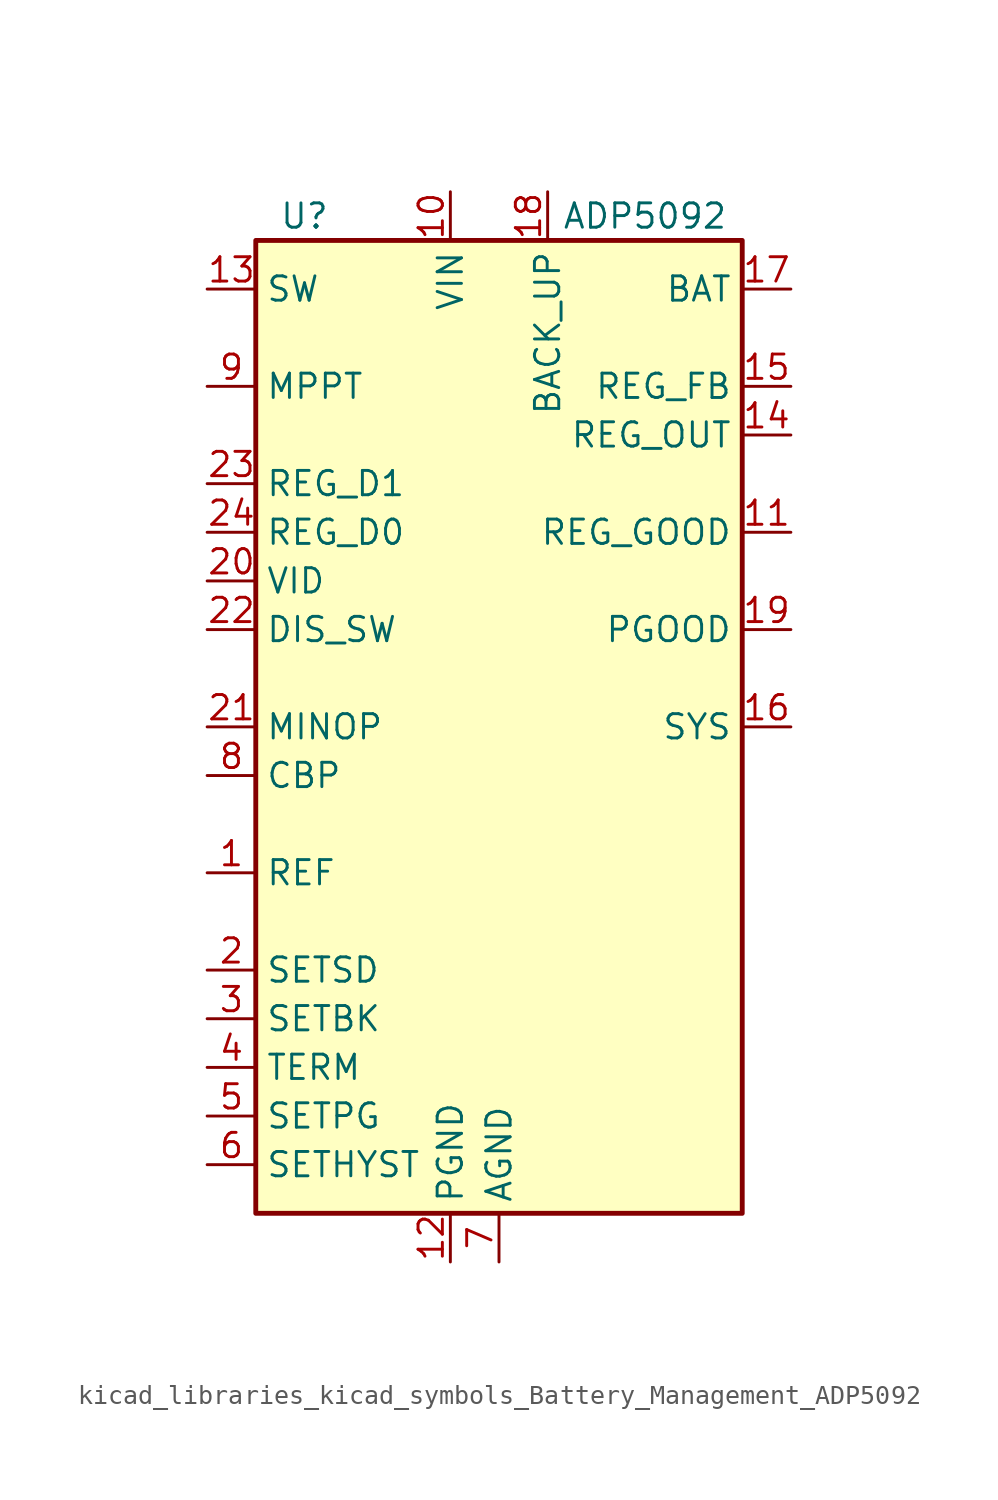
<source format=kicad_sym>
(kicad_symbol_lib
  (version 20220914)
  (generator kicad_symbol_editor)
  (symbol "kicad_libraries_kicad_symbols_Battery_Management_ADP5092"
    (property "Reference" "U"
      (at -10.16 26.67 0)
      (effects (font (size 1.27 1.27))))
    (property "Value" "ADP5092"
      (at 7.62 26.67 0)
      (effects (font (size 1.27 1.27))))
    (symbol "kicad_libraries_kicad_symbols_Battery_Management_ADP5092_0_1"
      (rectangle (start 12.7 25.4) (end -12.7 -25.4) (stroke (width 0.254) (type default)) (fill (type background))))
    (symbol "kicad_libraries_kicad_symbols_Battery_Management_ADP5092_1_1"
      (pin passive line (at -15.24 -7.62 0) (length 2.54) (name "REF" (effects (font (size 1.27 1.27)))) (number "1" (effects (font (size 1.27 1.27)))))
      (pin power_in line (at -2.54 27.94 270) (length 2.54) (name "VIN" (effects (font (size 1.27 1.27)))) (number "10" (effects (font (size 1.27 1.27)))))
      (pin output line (at 15.24 10.16 180) (length 2.54) (name "REG_GOOD" (effects (font (size 1.27 1.27)))) (number "11" (effects (font (size 1.27 1.27)))))
      (pin power_in line (at -2.54 -27.94 90) (length 2.54) (name "PGND" (effects (font (size 1.27 1.27)))) (number "12" (effects (font (size 1.27 1.27)))))
      (pin power_in line (at -15.24 22.86 0) (length 2.54) (name "SW" (effects (font (size 1.27 1.27)))) (number "13" (effects (font (size 1.27 1.27)))))
      (pin power_out line (at 15.24 15.24 180) (length 2.54) (name "REG_OUT" (effects (font (size 1.27 1.27)))) (number "14" (effects (font (size 1.27 1.27)))))
      (pin power_out line (at 15.24 17.78 180) (length 2.54) (name "REG_FB" (effects (font (size 1.27 1.27)))) (number "15" (effects (font (size 1.27 1.27)))))
      (pin power_out line (at 15.24 0 180) (length 2.54) (name "SYS" (effects (font (size 1.27 1.27)))) (number "16" (effects (font (size 1.27 1.27)))))
      (pin power_out line (at 15.24 22.86 180) (length 2.54) (name "BAT" (effects (font (size 1.27 1.27)))) (number "17" (effects (font (size 1.27 1.27)))))
      (pin power_in line (at 2.54 27.94 270) (length 2.54) (name "BACK_UP" (effects (font (size 1.27 1.27)))) (number "18" (effects (font (size 1.27 1.27)))))
      (pin output line (at 15.24 5.08 180) (length 2.54) (name "PGOOD" (effects (font (size 1.27 1.27)))) (number "19" (effects (font (size 1.27 1.27)))))
      (pin passive line (at -15.24 -12.7 0) (length 2.54) (name "SETSD" (effects (font (size 1.27 1.27)))) (number "2" (effects (font (size 1.27 1.27)))))
      (pin input line (at -15.24 7.62 0) (length 2.54) (name "VID" (effects (font (size 1.27 1.27)))) (number "20" (effects (font (size 1.27 1.27)))))
      (pin passive line (at -15.24 0 0) (length 2.54) (name "MINOP" (effects (font (size 1.27 1.27)))) (number "21" (effects (font (size 1.27 1.27)))))
      (pin input line (at -15.24 5.08 0) (length 2.54) (name "DIS_SW" (effects (font (size 1.27 1.27)))) (number "22" (effects (font (size 1.27 1.27)))))
      (pin input line (at -15.24 12.7 0) (length 2.54) (name "REG_D1" (effects (font (size 1.27 1.27)))) (number "23" (effects (font (size 1.27 1.27)))))
      (pin input line (at -15.24 10.16 0) (length 2.54) (name "REG_D0" (effects (font (size 1.27 1.27)))) (number "24" (effects (font (size 1.27 1.27)))))
      (pin passive line (at 0 -27.94 90) (length 2.54) hide (name "AGND" (effects (font (size 1.27 1.27)))) (number "25" (effects (font (size 1.27 1.27)))))
      (pin passive line (at -15.24 -15.24 0) (length 2.54) (name "SETBK" (effects (font (size 1.27 1.27)))) (number "3" (effects (font (size 1.27 1.27)))))
      (pin passive line (at -15.24 -17.78 0) (length 2.54) (name "TERM" (effects (font (size 1.27 1.27)))) (number "4" (effects (font (size 1.27 1.27)))))
      (pin passive line (at -15.24 -20.32 0) (length 2.54) (name "SETPG" (effects (font (size 1.27 1.27)))) (number "5" (effects (font (size 1.27 1.27)))))
      (pin passive line (at -15.24 -22.86 0) (length 2.54) (name "SETHYST" (effects (font (size 1.27 1.27)))) (number "6" (effects (font (size 1.27 1.27)))))
      (pin power_in line (at 0 -27.94 90) (length 2.54) (name "AGND" (effects (font (size 1.27 1.27)))) (number "7" (effects (font (size 1.27 1.27)))))
      (pin passive line (at -15.24 -2.54 0) (length 2.54) (name "CBP" (effects (font (size 1.27 1.27)))) (number "8" (effects (font (size 1.27 1.27)))))
      (pin input line (at -15.24 17.78 0) (length 2.54) (name "MPPT" (effects (font (size 1.27 1.27)))) (number "9" (effects (font (size 1.27 1.27))))))))
</source>
